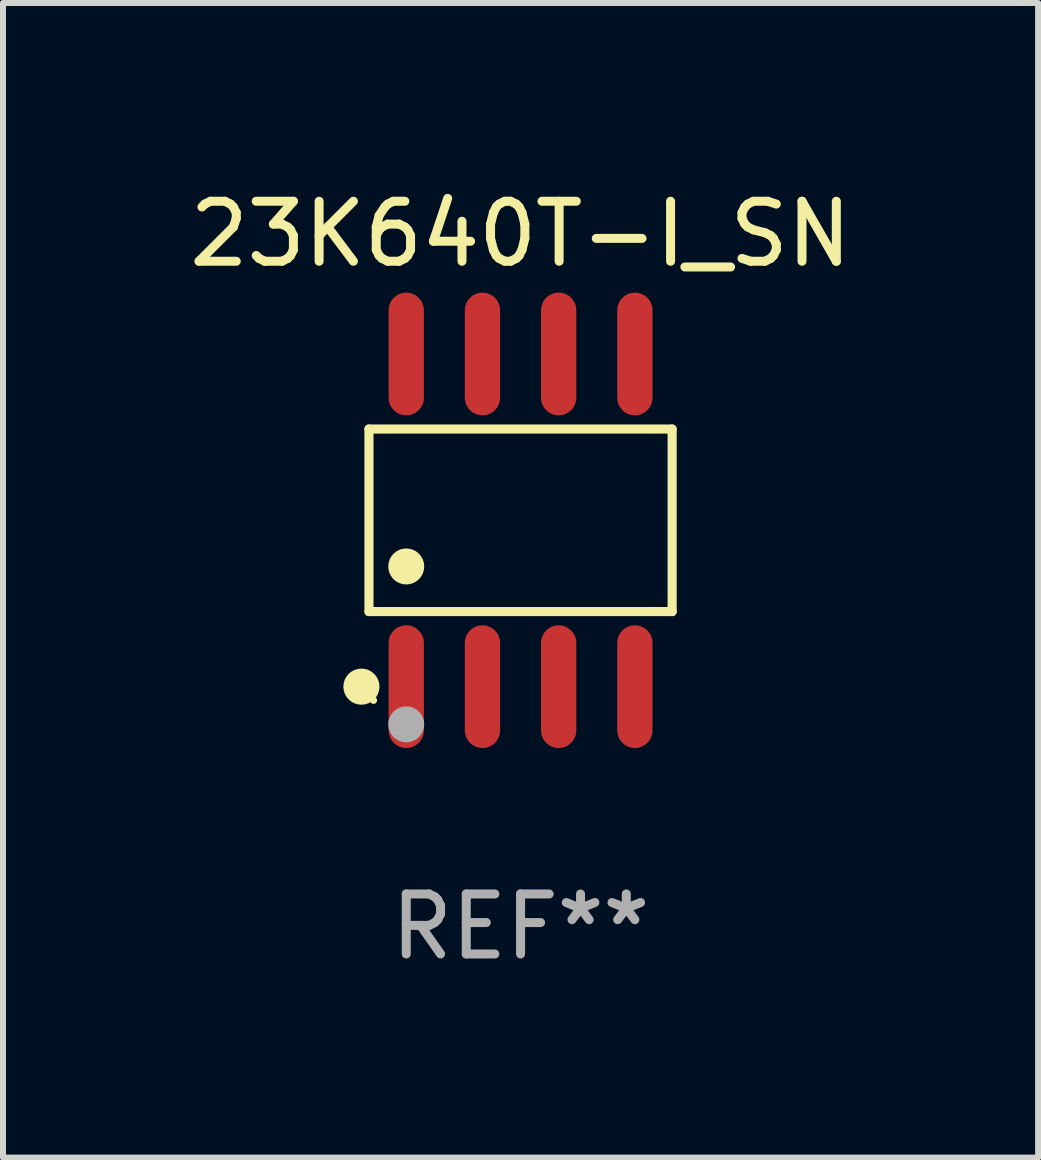
<source format=kicad_pcb>
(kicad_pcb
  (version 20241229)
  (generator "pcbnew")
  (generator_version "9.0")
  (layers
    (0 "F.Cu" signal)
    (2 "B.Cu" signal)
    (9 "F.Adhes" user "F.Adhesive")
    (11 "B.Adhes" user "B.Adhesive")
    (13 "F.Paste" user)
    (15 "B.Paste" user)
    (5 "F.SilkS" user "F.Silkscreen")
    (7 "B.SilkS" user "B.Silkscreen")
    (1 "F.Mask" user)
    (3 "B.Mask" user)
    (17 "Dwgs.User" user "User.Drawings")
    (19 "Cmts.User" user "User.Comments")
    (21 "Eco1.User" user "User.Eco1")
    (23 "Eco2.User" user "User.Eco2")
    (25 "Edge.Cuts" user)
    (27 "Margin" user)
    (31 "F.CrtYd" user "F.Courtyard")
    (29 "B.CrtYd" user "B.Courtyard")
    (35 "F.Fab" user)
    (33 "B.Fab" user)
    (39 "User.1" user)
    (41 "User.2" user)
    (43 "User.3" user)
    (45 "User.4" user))
  (footprint "23K640T-I_SN"
    (layer "F.Cu")
    (at 5.625 5.621)
    (property "Reference" "23K640T-I_SN" (at 0 -4.772 0) (layer "F.SilkS") (effects (font (size 1 1) (thickness 0.15))))
    (attr through_hole)
    (fp_line (start -2.526 -1.521) (end 2.526 -1.521) (stroke (width 0.152) (type solid)) (layer "F.SilkS"))
    (fp_line (start -2.526 1.521) (end -2.526 -1.521) (stroke (width 0.152) (type solid)) (layer "F.SilkS"))
    (fp_line (start 2.526 -1.521) (end 2.526 1.521) (stroke (width 0.152) (type solid)) (layer "F.SilkS"))
    (fp_line (start 2.526 1.521) (end -2.526 1.521) (stroke (width 0.152) (type solid)) (layer "F.SilkS"))
    (fp_circle (center -2.652 2.772) (end -2.501 2.772) (stroke (width 0.3) (type solid)) (fill no) (layer "F.SilkS"))
    (fp_circle (center -2.45 3) (end -2.42 3) (stroke (width 0.06) (type solid)) (fill no) (layer "F.SilkS"))
    (fp_circle (center -1.905 0.769) (end -1.755 0.769) (stroke (width 0.3) (type solid)) (fill no) (layer "F.SilkS"))
    (fp_circle (center -1.905 3.4) (end -1.755 3.4) (stroke (width 0.3) (type solid)) (fill no) (layer "F.Fab"))
    (fp_text user "REF**" (at 0 6.772 0) (layer "F.Fab") (effects (font (size 1 1) (thickness 0.15))))
    (pad "1" smd oval (at -1.905 2.772) (size 0.588 2.045) (layers "F.Cu" "F.Mask" "F.Paste"))
    (pad "2" smd oval (at -0.635 2.772) (size 0.588 2.045) (layers "F.Cu" "F.Mask" "F.Paste"))
    (pad "3" smd oval (at 0.635 2.772) (size 0.588 2.045) (layers "F.Cu" "F.Mask" "F.Paste"))
    (pad "4" smd oval (at 1.905 2.772) (size 0.588 2.045) (layers "F.Cu" "F.Mask" "F.Paste"))
    (pad "5" smd oval (at 1.905 -2.772) (size 0.588 2.045) (layers "F.Cu" "F.Mask" "F.Paste"))
    (pad "6" smd oval (at 0.635 -2.772) (size 0.588 2.045) (layers "F.Cu" "F.Mask" "F.Paste"))
    (pad "7" smd oval (at -0.635 -2.772) (size 0.588 2.045) (layers "F.Cu" "F.Mask" "F.Paste"))
    (pad "8" smd oval (at -1.905 -2.772) (size 0.588 2.045) (layers "F.Cu" "F.Mask" "F.Paste")))
  (gr_rect
    (start -3 -3)
    (end 14.25 16.241)
    (stroke (width 0.1) (type default))
    (fill no)
    (layer "Edge.Cuts")))
</source>
